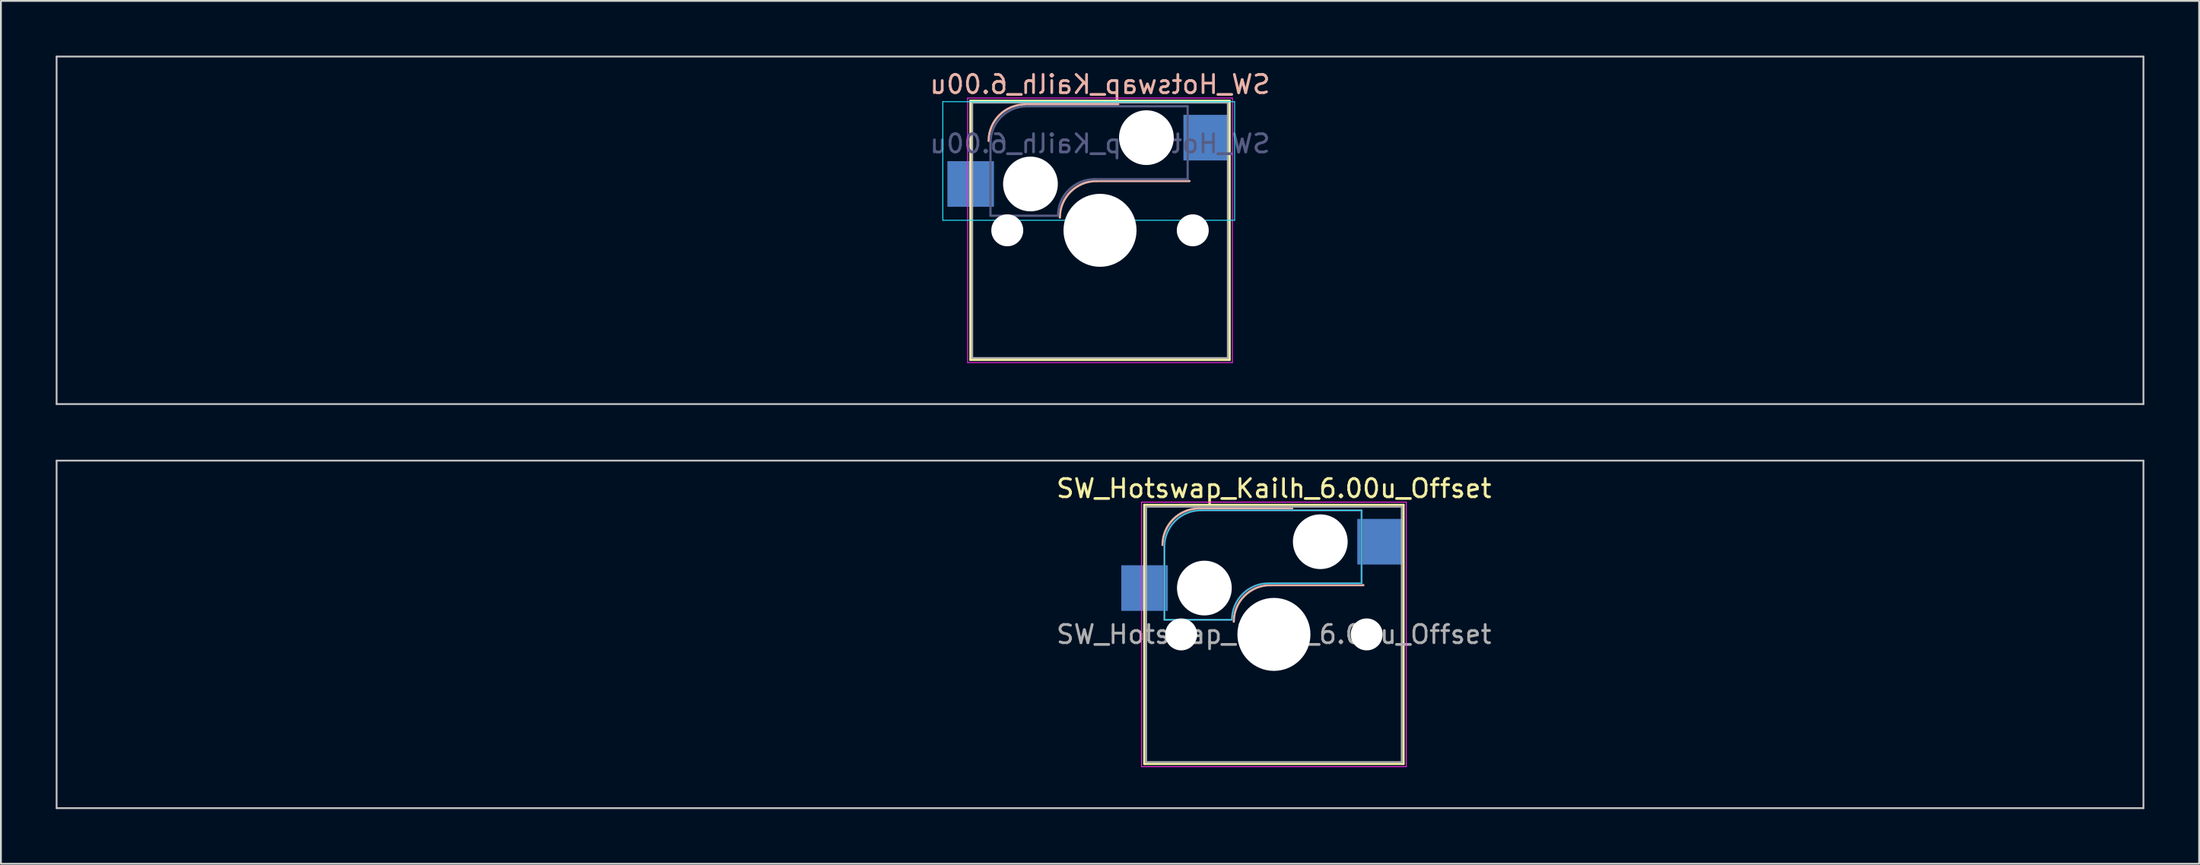
<source format=kicad_pcb>
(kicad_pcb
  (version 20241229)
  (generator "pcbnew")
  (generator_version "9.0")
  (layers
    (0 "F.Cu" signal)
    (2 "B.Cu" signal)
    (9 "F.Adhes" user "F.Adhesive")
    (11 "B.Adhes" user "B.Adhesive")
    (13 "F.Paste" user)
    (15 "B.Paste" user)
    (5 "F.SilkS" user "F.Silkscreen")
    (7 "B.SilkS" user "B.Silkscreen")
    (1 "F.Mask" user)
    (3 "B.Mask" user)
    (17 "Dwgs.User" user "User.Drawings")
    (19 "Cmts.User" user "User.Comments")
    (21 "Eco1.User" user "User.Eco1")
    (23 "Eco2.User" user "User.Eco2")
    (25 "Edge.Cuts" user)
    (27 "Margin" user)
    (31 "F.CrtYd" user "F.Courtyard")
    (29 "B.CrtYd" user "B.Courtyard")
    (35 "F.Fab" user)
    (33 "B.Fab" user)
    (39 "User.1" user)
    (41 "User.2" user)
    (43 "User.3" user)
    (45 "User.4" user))
  (footprint "SW_Hotswap_Kailh_6.00u_Offset"
    (layer "F.Cu")
    (at 66.725 31.725)
    (property "Reference" "SW_Hotswap_Kailh_6.00u_Offset" (at 0 -8 0) (layer "F.SilkS") (effects (font (size 1 1) (thickness 0.15))))
    (attr smd)
    (fp_line (start -7.1 -7.1) (end -7.1 7.1) (stroke (width 0.12) (type solid)) (layer "F.SilkS"))
    (fp_line (start -7.1 7.1) (end 7.1 7.1) (stroke (width 0.12) (type solid)) (layer "F.SilkS"))
    (fp_line (start 7.1 -7.1) (end -7.1 -7.1) (stroke (width 0.12) (type solid)) (layer "F.SilkS"))
    (fp_line (start 7.1 7.1) (end 7.1 -7.1) (stroke (width 0.12) (type solid)) (layer "F.SilkS"))
    (fp_line (start -4.1 -6.9) (end 1 -6.9) (stroke (width 0.12) (type solid)) (layer "B.SilkS"))
    (fp_line (start -0.2 -2.7) (end 4.9 -2.7) (stroke (width 0.12) (type solid)) (layer "B.SilkS"))
    (fp_arc (start -6.1 -4.9) (mid -5.514214 -6.314214) (end -4.1 -6.9) (stroke (width 0.12) (type solid)) (layer "B.SilkS"))
    (fp_arc (start -2.2 -0.7) (mid -1.614214 -2.114214) (end -0.2 -2.7) (stroke (width 0.12) (type solid)) (layer "B.SilkS"))
    (fp_line (start -66.675 -9.525) (end -66.675 9.525) (stroke (width 0.1) (type solid)) (layer "Dwgs.User"))
    (fp_line (start -66.675 9.525) (end 47.625 9.525) (stroke (width 0.1) (type solid)) (layer "Dwgs.User"))
    (fp_line (start 47.625 -9.525) (end -66.675 -9.525) (stroke (width 0.1) (type solid)) (layer "Dwgs.User"))
    (fp_line (start 47.625 9.525) (end 47.625 -9.525) (stroke (width 0.1) (type solid)) (layer "Dwgs.User"))
    (fp_line (start -7.8 -6) (end -7 -6) (stroke (width 0.1) (type solid)) (layer "Eco1.User"))
    (fp_line (start -7.8 -2.9) (end -7.8 -6) (stroke (width 0.1) (type solid)) (layer "Eco1.User"))
    (fp_line (start -7.8 2.9) (end -7 2.9) (stroke (width 0.1) (type solid)) (layer "Eco1.User"))
    (fp_line (start -7.8 6) (end -7.8 2.9) (stroke (width 0.1) (type solid)) (layer "Eco1.User"))
    (fp_line (start -7 -7) (end 7 -7) (stroke (width 0.1) (type solid)) (layer "Eco1.User"))
    (fp_line (start -7 -6) (end -7 -7) (stroke (width 0.1) (type solid)) (layer "Eco1.User"))
    (fp_line (start -7 -2.9) (end -7.8 -2.9) (stroke (width 0.1) (type solid)) (layer "Eco1.User"))
    (fp_line (start -7 2.9) (end -7 -2.9) (stroke (width 0.1) (type solid)) (layer "Eco1.User"))
    (fp_line (start -7 6) (end -7.8 6) (stroke (width 0.1) (type solid)) (layer "Eco1.User"))
    (fp_line (start -7 7) (end -7 6) (stroke (width 0.1) (type solid)) (layer "Eco1.User"))
    (fp_line (start 7 -7) (end 7 -6) (stroke (width 0.1) (type solid)) (layer "Eco1.User"))
    (fp_line (start 7 -6) (end 7.8 -6) (stroke (width 0.1) (type solid)) (layer "Eco1.User"))
    (fp_line (start 7 -2.9) (end 7 2.9) (stroke (width 0.1) (type solid)) (layer "Eco1.User"))
    (fp_line (start 7 2.9) (end 7.8 2.9) (stroke (width 0.1) (type solid)) (layer "Eco1.User"))
    (fp_line (start 7 6) (end 7 7) (stroke (width 0.1) (type solid)) (layer "Eco1.User"))
    (fp_line (start 7 7) (end -7 7) (stroke (width 0.1) (type solid)) (layer "Eco1.User"))
    (fp_line (start 7.8 -6) (end 7.8 -2.9) (stroke (width 0.1) (type solid)) (layer "Eco1.User"))
    (fp_line (start 7.8 -2.9) (end 7 -2.9) (stroke (width 0.1) (type solid)) (layer "Eco1.User"))
    (fp_line (start 7.8 2.9) (end 7.8 6) (stroke (width 0.1) (type solid)) (layer "Eco1.User"))
    (fp_line (start 7.8 6) (end 7 6) (stroke (width 0.1) (type solid)) (layer "Eco1.User"))
    (fp_line (start -6 -0.8) (end -6 -4.8) (stroke (width 0.05) (type solid)) (layer "B.CrtYd"))
    (fp_line (start -6 -0.8) (end -2.3 -0.8) (stroke (width 0.05) (type solid)) (layer "B.CrtYd"))
    (fp_line (start -4 -6.8) (end 4.8 -6.8) (stroke (width 0.05) (type solid)) (layer "B.CrtYd"))
    (fp_line (start -0.3 -2.8) (end 4.8 -2.8) (stroke (width 0.05) (type solid)) (layer "B.CrtYd"))
    (fp_line (start 4.8 -6.8) (end 4.8 -2.8) (stroke (width 0.05) (type solid)) (layer "B.CrtYd"))
    (fp_arc (start -6 -4.8) (mid -5.414214 -6.214214) (end -4 -6.8) (stroke (width 0.05) (type solid)) (layer "B.CrtYd"))
    (fp_arc (start -2.3 -0.8) (mid -1.714214 -2.214214) (end -0.3 -2.8) (stroke (width 0.05) (type solid)) (layer "B.CrtYd"))
    (fp_line (start -7.25 -7.25) (end -7.25 7.25) (stroke (width 0.05) (type solid)) (layer "F.CrtYd"))
    (fp_line (start -7.25 7.25) (end 7.25 7.25) (stroke (width 0.05) (type solid)) (layer "F.CrtYd"))
    (fp_line (start 7.25 -7.25) (end -7.25 -7.25) (stroke (width 0.05) (type solid)) (layer "F.CrtYd"))
    (fp_line (start 7.25 7.25) (end 7.25 -7.25) (stroke (width 0.05) (type solid)) (layer "F.CrtYd"))
    (fp_line (start -6 -0.8) (end -6 -4.8) (stroke (width 0.12) (type solid)) (layer "B.Fab"))
    (fp_line (start -6 -0.8) (end -2.3 -0.8) (stroke (width 0.12) (type solid)) (layer "B.Fab"))
    (fp_line (start -4 -6.8) (end 4.8 -6.8) (stroke (width 0.12) (type solid)) (layer "B.Fab"))
    (fp_line (start -0.3 -2.8) (end 4.8 -2.8) (stroke (width 0.12) (type solid)) (layer "B.Fab"))
    (fp_line (start 4.8 -6.8) (end 4.8 -2.8) (stroke (width 0.12) (type solid)) (layer "B.Fab"))
    (fp_arc (start -6 -4.8) (mid -5.414214 -6.214214) (end -4 -6.8) (stroke (width 0.12) (type solid)) (layer "B.Fab"))
    (fp_arc (start -2.3 -0.8) (mid -1.714214 -2.214214) (end -0.3 -2.8) (stroke (width 0.12) (type solid)) (layer "B.Fab"))
    (fp_line (start -7 -7) (end -7 7) (stroke (width 0.1) (type solid)) (layer "F.Fab"))
    (fp_line (start -7 7) (end 7 7) (stroke (width 0.1) (type solid)) (layer "F.Fab"))
    (fp_line (start 7 -7) (end -7 -7) (stroke (width 0.1) (type solid)) (layer "F.Fab"))
    (fp_line (start 7 7) (end 7 -7) (stroke (width 0.1) (type solid)) (layer "F.Fab"))
    (fp_text user "${REFERENCE}" (at 0 0 0) (layer "F.Fab") (effects (font (size 1 1) (thickness 0.15))))
    (pad "" np_thru_hole circle (at -5.08 0) (size 1.75 1.75) (drill 1.75) (layers "*.Cu" "*.Mask"))
    (pad "" np_thru_hole circle (at -3.81 -2.54) (size 3 3) (drill 3) (layers "*.Cu" "*.Mask"))
    (pad "" np_thru_hole circle (at 0 0) (size 4 4) (drill 4) (layers "*.Cu" "*.Mask"))
    (pad "" np_thru_hole circle (at 2.54 -5.08) (size 3 3) (drill 3) (layers "*.Cu" "*.Mask"))
    (pad "" np_thru_hole circle (at 5.08 0) (size 1.75 1.75) (drill 1.75) (layers "*.Cu" "*.Mask"))
    (pad "1" smd rect (at -7.085 -2.54) (size 2.55 2.5) (layers "B.Cu" "B.Mask" "B.Paste"))
    (pad "2" smd rect (at 5.842 -5.08) (size 2.55 2.5) (layers "B.Cu" "B.Mask" "B.Paste")))
  (footprint "SW_Hotswap_Kailh_6.00u"
    (layer "F.Cu")
    (at 57.2 9.575)
    (property "Reference" "SW_Hotswap_Kailh_6.00u" (at 0 -8 0) (layer "B.SilkS") (effects (font (size 1 1) (thickness 0.15)) (justify mirror)))
    (attr smd)
    (fp_line (start -7.1 -7.1) (end -7.1 7.1) (stroke (width 0.12) (type solid)) (layer "F.SilkS"))
    (fp_line (start -7.1 7.1) (end 7.1 7.1) (stroke (width 0.12) (type solid)) (layer "F.SilkS"))
    (fp_line (start 7.1 -7.1) (end -7.1 -7.1) (stroke (width 0.12) (type solid)) (layer "F.SilkS"))
    (fp_line (start 7.1 7.1) (end 7.1 -7.1) (stroke (width 0.12) (type solid)) (layer "F.SilkS"))
    (fp_line (start -4.1 -6.9) (end 1 -6.9) (stroke (width 0.12) (type solid)) (layer "B.SilkS"))
    (fp_line (start -0.2 -2.7) (end 4.9 -2.7) (stroke (width 0.12) (type solid)) (layer "B.SilkS"))
    (fp_arc (start -6.1 -4.9) (mid -5.514214 -6.314214) (end -4.1 -6.9) (stroke (width 0.12) (type solid)) (layer "B.SilkS"))
    (fp_arc (start -2.2 -0.7) (mid -1.614214 -2.114214) (end -0.2 -2.7) (stroke (width 0.12) (type solid)) (layer "B.SilkS"))
    (fp_line (start -57.15 -9.525) (end -57.15 9.525) (stroke (width 0.1) (type solid)) (layer "Dwgs.User"))
    (fp_line (start -57.15 9.525) (end 57.15 9.525) (stroke (width 0.1) (type solid)) (layer "Dwgs.User"))
    (fp_line (start 57.15 -9.525) (end -57.15 -9.525) (stroke (width 0.1) (type solid)) (layer "Dwgs.User"))
    (fp_line (start 57.15 9.525) (end 57.15 -9.525) (stroke (width 0.1) (type solid)) (layer "Dwgs.User"))
    (fp_line (start -8.61 -7.05) (end -8.61 -0.55) (stroke (width 0.05) (type solid)) (layer "B.CrtYd"))
    (fp_line (start -8.61 -0.55) (end 7.37 -0.55) (stroke (width 0.05) (type solid)) (layer "B.CrtYd"))
    (fp_line (start 7.37 -7.05) (end -8.61 -7.05) (stroke (width 0.05) (type solid)) (layer "B.CrtYd"))
    (fp_line (start 7.37 -0.55) (end 7.37 -7.05) (stroke (width 0.05) (type solid)) (layer "B.CrtYd"))
    (fp_line (start -7.25 -7.25) (end -7.25 7.25) (stroke (width 0.05) (type solid)) (layer "F.CrtYd"))
    (fp_line (start -7.25 7.25) (end 7.25 7.25) (stroke (width 0.05) (type solid)) (layer "F.CrtYd"))
    (fp_line (start 7.25 -7.25) (end -7.25 -7.25) (stroke (width 0.05) (type solid)) (layer "F.CrtYd"))
    (fp_line (start 7.25 7.25) (end 7.25 -7.25) (stroke (width 0.05) (type solid)) (layer "F.CrtYd"))
    (fp_line (start -6 -0.8) (end -6 -4.8) (stroke (width 0.12) (type solid)) (layer "B.Fab"))
    (fp_line (start -6 -0.8) (end -2.3 -0.8) (stroke (width 0.12) (type solid)) (layer "B.Fab"))
    (fp_line (start -4 -6.8) (end 4.8 -6.8) (stroke (width 0.12) (type solid)) (layer "B.Fab"))
    (fp_line (start -0.3 -2.8) (end 4.8 -2.8) (stroke (width 0.12) (type solid)) (layer "B.Fab"))
    (fp_line (start 4.8 -6.8) (end 4.8 -2.8) (stroke (width 0.12) (type solid)) (layer "B.Fab"))
    (fp_arc (start -6 -4.8) (mid -5.414214 -6.214214) (end -4 -6.8) (stroke (width 0.12) (type solid)) (layer "B.Fab"))
    (fp_arc (start -2.3 -0.8) (mid -1.714214 -2.214214) (end -0.3 -2.8) (stroke (width 0.12) (type solid)) (layer "B.Fab"))
    (fp_line (start -7 -7) (end -7 7) (stroke (width 0.1) (type solid)) (layer "F.Fab"))
    (fp_line (start -7 7) (end 7 7) (stroke (width 0.1) (type solid)) (layer "F.Fab"))
    (fp_line (start 7 -7) (end -7 -7) (stroke (width 0.1) (type solid)) (layer "F.Fab"))
    (fp_line (start 7 7) (end 7 -7) (stroke (width 0.1) (type solid)) (layer "F.Fab"))
    (fp_text user "${REFERENCE}" (at 0 -4.75 0) (layer "B.Fab") (effects (font (size 1 1) (thickness 0.15)) (justify mirror)))
    (pad "" np_thru_hole circle (at -5.08 0) (size 1.75 1.75) (drill 1.75) (layers "*.Cu" "*.Mask"))
    (pad "" np_thru_hole circle (at -3.81 -2.54) (size 3 3) (drill 3) (layers "*.Cu" "*.Mask"))
    (pad "" np_thru_hole circle (at 0 0) (size 4 4) (drill 4) (layers "*.Cu" "*.Mask"))
    (pad "" np_thru_hole circle (at 2.54 -5.08) (size 3 3) (drill 3) (layers "*.Cu" "*.Mask"))
    (pad "" np_thru_hole circle (at 5.08 0) (size 1.75 1.75) (drill 1.75) (layers "*.Cu" "*.Mask"))
    (pad "1" smd rect (at -7.085 -2.54) (size 2.55 2.5) (layers "B.Cu" "B.Mask" "B.Paste"))
    (pad "2" smd rect (at 5.842 -5.08) (size 2.55 2.5) (layers "B.Cu" "B.Mask" "B.Paste")))
  (gr_rect
    (start -3 -3)
    (end 117.4 44.3)
    (stroke (width 0.1) (type default))
    (fill no)
    (layer "Edge.Cuts")))
</source>
